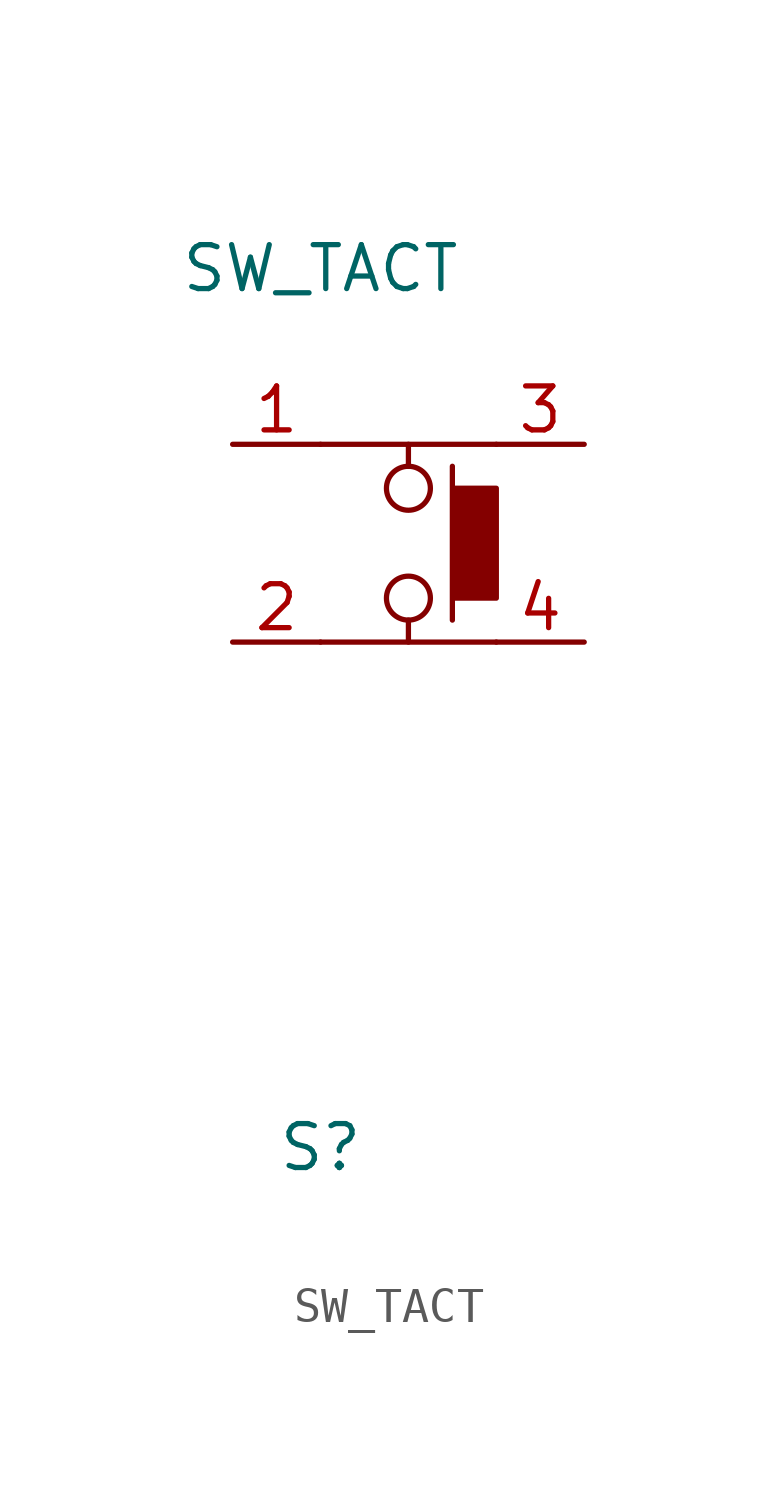
<source format=kicad_sym>
(kicad_symbol_lib
  (version 20211014)
  (generator kicad_symbol_editor)
  (symbol "SW_TACT"
    (property "Reference" "S"
      (at 0 -12.7 0)
      (effects (font (size 1.27 1.27))))
    (property "Value" "SW_TACT"
      (at 0 12.7 0)
      (effects (font (size 1.27 1.27))))
    (symbol "SW_TACT_0_1"
      (polyline (pts (xy 0 1.905) (xy 5.08 1.905)) (stroke (width 0) (type default) (color 0 0 0 0)) (fill (type none)))
      (polyline (pts (xy 0 7.62) (xy 5.08 7.62)) (stroke (width 0) (type default) (color 0 0 0 0)) (fill (type none)))
      (polyline (pts (xy 2.54 1.905) (xy 2.54 2.54)) (stroke (width 0) (type default) (color 0 0 0 0)) (fill (type none)))
      (polyline (pts (xy 2.54 6.985) (xy 2.54 7.62)) (stroke (width 0) (type default) (color 0 0 0 0)) (fill (type none)))
      (polyline (pts (xy 3.81 6.985) (xy 3.81 2.54) (xy 3.81 3.175) (xy 5.08 3.175) (xy 5.08 6.35) (xy 3.81 6.35)) (stroke (width 0) (type default) (color 0 0 0 0)) (fill (type outline)))
      (circle (center 2.54 3.175) (radius 0.635) (stroke (width 0) (type default) (color 0 0 0 0)) (fill (type none)))
      (circle (center 2.54 6.35) (radius 0.635) (stroke (width 0) (type default) (color 0 0 0 0)) (fill (type none))))
    (symbol "SW_TACT_1_1"
      (pin input line (at -2.54 7.62 0) (length 2.54) (name "" (effects (font (size 1.27 1.27)))) (number "1" (effects (font (size 1.27 1.27)))))
      (pin input line (at -2.54 1.905 0) (length 2.54) (name "" (effects (font (size 1.27 1.27)))) (number "2" (effects (font (size 1.27 1.27)))))
      (pin input line (at 7.62 7.62 180) (length 2.54) (name "" (effects (font (size 1.27 1.27)))) (number "3" (effects (font (size 1.27 1.27)))))
      (pin input line (at 7.62 1.905 180) (length 2.54) (name "" (effects (font (size 1.27 1.27)))) (number "4" (effects (font (size 1.27 1.27))))))))
</source>
